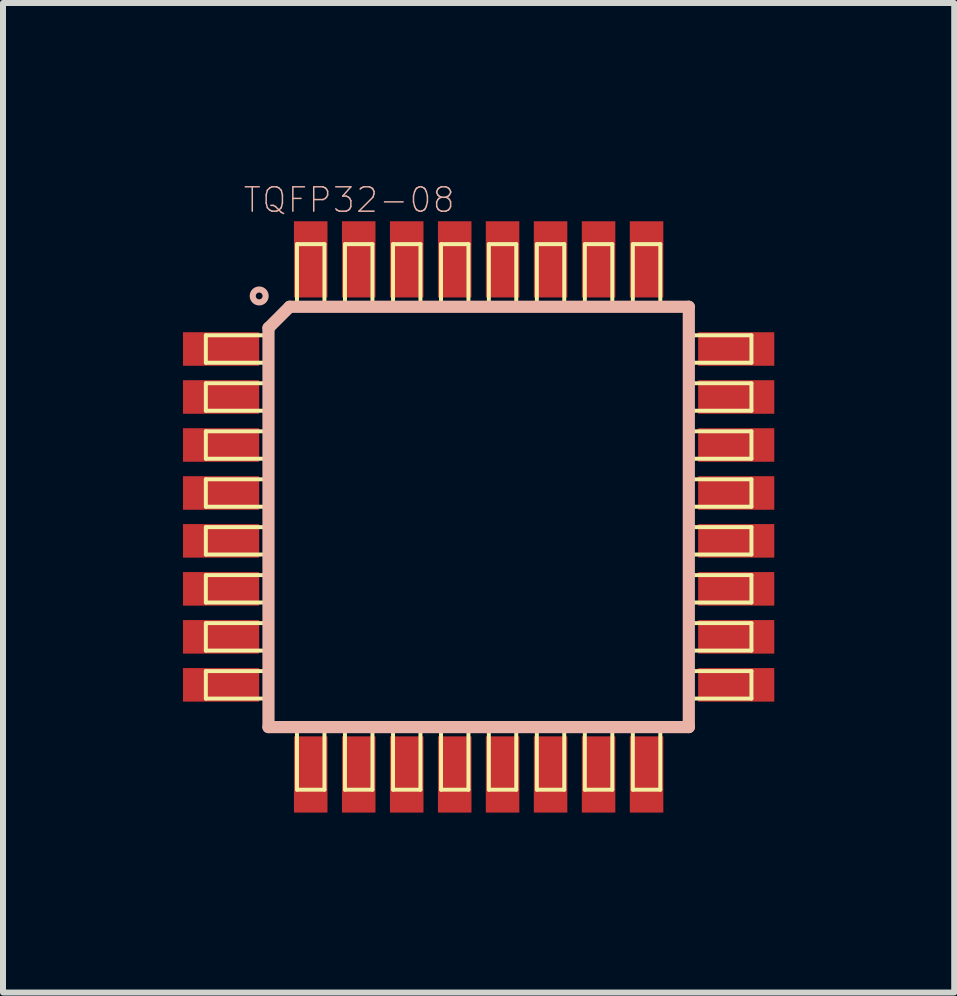
<source format=kicad_pcb>
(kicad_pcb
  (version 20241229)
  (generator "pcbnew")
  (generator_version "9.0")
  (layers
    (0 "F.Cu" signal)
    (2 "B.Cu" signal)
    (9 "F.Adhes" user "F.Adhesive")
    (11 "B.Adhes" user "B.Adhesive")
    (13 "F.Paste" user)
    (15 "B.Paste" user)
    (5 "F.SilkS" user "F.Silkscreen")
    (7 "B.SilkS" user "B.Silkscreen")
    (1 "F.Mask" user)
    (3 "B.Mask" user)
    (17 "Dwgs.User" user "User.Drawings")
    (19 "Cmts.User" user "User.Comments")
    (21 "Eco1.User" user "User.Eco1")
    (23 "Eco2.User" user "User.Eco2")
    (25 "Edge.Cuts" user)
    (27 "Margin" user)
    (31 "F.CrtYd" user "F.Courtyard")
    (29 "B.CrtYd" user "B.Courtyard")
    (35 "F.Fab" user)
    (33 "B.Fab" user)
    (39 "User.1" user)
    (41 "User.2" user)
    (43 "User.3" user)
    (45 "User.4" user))
  (footprint "TQFP32-08"
    (layer "F.Cu")
    (at 4.928 5.566)
    (property "Reference" "TQFP32-08" (at -2.159 -5.283 0) (layer "B.SilkS") (effects (font (size 0.406 0.406) (thickness 0.025))))
    (attr smd)
    (fp_line (start -4.547 -3.028) (end -3.556 -3.028) (stroke (width 0.066) (type solid)) (layer "F.SilkS"))
    (fp_line (start -4.547 -2.57) (end -4.547 -3.028) (stroke (width 0.066) (type solid)) (layer "F.SilkS"))
    (fp_line (start -4.547 -2.57) (end -3.556 -2.57) (stroke (width 0.066) (type solid)) (layer "F.SilkS"))
    (fp_line (start -4.547 -2.228) (end -3.556 -2.228) (stroke (width 0.066) (type solid)) (layer "F.SilkS"))
    (fp_line (start -4.547 -1.77) (end -4.547 -2.228) (stroke (width 0.066) (type solid)) (layer "F.SilkS"))
    (fp_line (start -4.547 -1.77) (end -3.556 -1.77) (stroke (width 0.066) (type solid)) (layer "F.SilkS"))
    (fp_line (start -4.547 -1.427) (end -3.556 -1.427) (stroke (width 0.066) (type solid)) (layer "F.SilkS"))
    (fp_line (start -4.547 -0.97) (end -4.547 -1.427) (stroke (width 0.066) (type solid)) (layer "F.SilkS"))
    (fp_line (start -4.547 -0.97) (end -3.556 -0.97) (stroke (width 0.066) (type solid)) (layer "F.SilkS"))
    (fp_line (start -4.547 -0.627) (end -3.556 -0.627) (stroke (width 0.066) (type solid)) (layer "F.SilkS"))
    (fp_line (start -4.547 -0.17) (end -4.547 -0.627) (stroke (width 0.066) (type solid)) (layer "F.SilkS"))
    (fp_line (start -4.547 -0.17) (end -3.556 -0.17) (stroke (width 0.066) (type solid)) (layer "F.SilkS"))
    (fp_line (start -4.547 0.17) (end -3.556 0.17) (stroke (width 0.066) (type solid)) (layer "F.SilkS"))
    (fp_line (start -4.547 0.627) (end -4.547 0.17) (stroke (width 0.066) (type solid)) (layer "F.SilkS"))
    (fp_line (start -4.547 0.627) (end -3.556 0.627) (stroke (width 0.066) (type solid)) (layer "F.SilkS"))
    (fp_line (start -4.547 0.97) (end -3.556 0.97) (stroke (width 0.066) (type solid)) (layer "F.SilkS"))
    (fp_line (start -4.547 1.427) (end -4.547 0.97) (stroke (width 0.066) (type solid)) (layer "F.SilkS"))
    (fp_line (start -4.547 1.427) (end -3.556 1.427) (stroke (width 0.066) (type solid)) (layer "F.SilkS"))
    (fp_line (start -4.547 1.77) (end -3.556 1.77) (stroke (width 0.066) (type solid)) (layer "F.SilkS"))
    (fp_line (start -4.547 2.228) (end -4.547 1.77) (stroke (width 0.066) (type solid)) (layer "F.SilkS"))
    (fp_line (start -4.547 2.228) (end -3.556 2.228) (stroke (width 0.066) (type solid)) (layer "F.SilkS"))
    (fp_line (start -4.547 2.57) (end -3.556 2.57) (stroke (width 0.066) (type solid)) (layer "F.SilkS"))
    (fp_line (start -4.547 3.028) (end -4.547 2.57) (stroke (width 0.066) (type solid)) (layer "F.SilkS"))
    (fp_line (start -4.547 3.028) (end -3.556 3.028) (stroke (width 0.066) (type solid)) (layer "F.SilkS"))
    (fp_line (start -3.556 -2.57) (end -3.556 -3.028) (stroke (width 0.066) (type solid)) (layer "F.SilkS"))
    (fp_line (start -3.556 -1.77) (end -3.556 -2.228) (stroke (width 0.066) (type solid)) (layer "F.SilkS"))
    (fp_line (start -3.556 -0.97) (end -3.556 -1.427) (stroke (width 0.066) (type solid)) (layer "F.SilkS"))
    (fp_line (start -3.556 -0.17) (end -3.556 -0.627) (stroke (width 0.066) (type solid)) (layer "F.SilkS"))
    (fp_line (start -3.556 0.627) (end -3.556 0.17) (stroke (width 0.066) (type solid)) (layer "F.SilkS"))
    (fp_line (start -3.556 1.427) (end -3.556 0.97) (stroke (width 0.066) (type solid)) (layer "F.SilkS"))
    (fp_line (start -3.556 2.228) (end -3.556 1.77) (stroke (width 0.066) (type solid)) (layer "F.SilkS"))
    (fp_line (start -3.556 3.028) (end -3.556 2.57) (stroke (width 0.066) (type solid)) (layer "F.SilkS"))
    (fp_line (start -3.028 -4.547) (end -2.57 -4.547) (stroke (width 0.066) (type solid)) (layer "F.SilkS"))
    (fp_line (start -3.028 -3.556) (end -3.028 -4.547) (stroke (width 0.066) (type solid)) (layer "F.SilkS"))
    (fp_line (start -3.028 -3.556) (end -2.57 -3.556) (stroke (width 0.066) (type solid)) (layer "F.SilkS"))
    (fp_line (start -3.028 3.556) (end -2.57 3.556) (stroke (width 0.066) (type solid)) (layer "F.SilkS"))
    (fp_line (start -3.028 4.547) (end -3.028 3.556) (stroke (width 0.066) (type solid)) (layer "F.SilkS"))
    (fp_line (start -3.028 4.547) (end -2.57 4.547) (stroke (width 0.066) (type solid)) (layer "F.SilkS"))
    (fp_line (start -2.57 -3.556) (end -2.57 -4.547) (stroke (width 0.066) (type solid)) (layer "F.SilkS"))
    (fp_line (start -2.57 4.547) (end -2.57 3.556) (stroke (width 0.066) (type solid)) (layer "F.SilkS"))
    (fp_line (start -2.228 -4.547) (end -1.77 -4.547) (stroke (width 0.066) (type solid)) (layer "F.SilkS"))
    (fp_line (start -2.228 -3.556) (end -2.228 -4.547) (stroke (width 0.066) (type solid)) (layer "F.SilkS"))
    (fp_line (start -2.228 -3.556) (end -1.77 -3.556) (stroke (width 0.066) (type solid)) (layer "F.SilkS"))
    (fp_line (start -2.228 3.556) (end -1.77 3.556) (stroke (width 0.066) (type solid)) (layer "F.SilkS"))
    (fp_line (start -2.228 4.547) (end -2.228 3.556) (stroke (width 0.066) (type solid)) (layer "F.SilkS"))
    (fp_line (start -2.228 4.547) (end -1.77 4.547) (stroke (width 0.066) (type solid)) (layer "F.SilkS"))
    (fp_line (start -1.77 -3.556) (end -1.77 -4.547) (stroke (width 0.066) (type solid)) (layer "F.SilkS"))
    (fp_line (start -1.77 4.547) (end -1.77 3.556) (stroke (width 0.066) (type solid)) (layer "F.SilkS"))
    (fp_line (start -1.427 -4.547) (end -0.97 -4.547) (stroke (width 0.066) (type solid)) (layer "F.SilkS"))
    (fp_line (start -1.427 -3.556) (end -1.427 -4.547) (stroke (width 0.066) (type solid)) (layer "F.SilkS"))
    (fp_line (start -1.427 -3.556) (end -0.97 -3.556) (stroke (width 0.066) (type solid)) (layer "F.SilkS"))
    (fp_line (start -1.427 3.556) (end -0.97 3.556) (stroke (width 0.066) (type solid)) (layer "F.SilkS"))
    (fp_line (start -1.427 4.547) (end -1.427 3.556) (stroke (width 0.066) (type solid)) (layer "F.SilkS"))
    (fp_line (start -1.427 4.547) (end -0.97 4.547) (stroke (width 0.066) (type solid)) (layer "F.SilkS"))
    (fp_line (start -0.97 -3.556) (end -0.97 -4.547) (stroke (width 0.066) (type solid)) (layer "F.SilkS"))
    (fp_line (start -0.97 4.547) (end -0.97 3.556) (stroke (width 0.066) (type solid)) (layer "F.SilkS"))
    (fp_line (start -0.627 -4.547) (end -0.17 -4.547) (stroke (width 0.066) (type solid)) (layer "F.SilkS"))
    (fp_line (start -0.627 -3.556) (end -0.627 -4.547) (stroke (width 0.066) (type solid)) (layer "F.SilkS"))
    (fp_line (start -0.627 -3.556) (end -0.17 -3.556) (stroke (width 0.066) (type solid)) (layer "F.SilkS"))
    (fp_line (start -0.627 3.556) (end -0.17 3.556) (stroke (width 0.066) (type solid)) (layer "F.SilkS"))
    (fp_line (start -0.627 4.547) (end -0.627 3.556) (stroke (width 0.066) (type solid)) (layer "F.SilkS"))
    (fp_line (start -0.627 4.547) (end -0.17 4.547) (stroke (width 0.066) (type solid)) (layer "F.SilkS"))
    (fp_line (start -0.17 -3.556) (end -0.17 -4.547) (stroke (width 0.066) (type solid)) (layer "F.SilkS"))
    (fp_line (start -0.17 4.547) (end -0.17 3.556) (stroke (width 0.066) (type solid)) (layer "F.SilkS"))
    (fp_line (start 0.17 -4.547) (end 0.627 -4.547) (stroke (width 0.066) (type solid)) (layer "F.SilkS"))
    (fp_line (start 0.17 -3.556) (end 0.17 -4.547) (stroke (width 0.066) (type solid)) (layer "F.SilkS"))
    (fp_line (start 0.17 -3.556) (end 0.627 -3.556) (stroke (width 0.066) (type solid)) (layer "F.SilkS"))
    (fp_line (start 0.17 3.556) (end 0.627 3.556) (stroke (width 0.066) (type solid)) (layer "F.SilkS"))
    (fp_line (start 0.17 4.547) (end 0.17 3.556) (stroke (width 0.066) (type solid)) (layer "F.SilkS"))
    (fp_line (start 0.17 4.547) (end 0.627 4.547) (stroke (width 0.066) (type solid)) (layer "F.SilkS"))
    (fp_line (start 0.627 -3.556) (end 0.627 -4.547) (stroke (width 0.066) (type solid)) (layer "F.SilkS"))
    (fp_line (start 0.627 4.547) (end 0.627 3.556) (stroke (width 0.066) (type solid)) (layer "F.SilkS"))
    (fp_line (start 0.97 -4.547) (end 1.427 -4.547) (stroke (width 0.066) (type solid)) (layer "F.SilkS"))
    (fp_line (start 0.97 -3.556) (end 0.97 -4.547) (stroke (width 0.066) (type solid)) (layer "F.SilkS"))
    (fp_line (start 0.97 -3.556) (end 1.427 -3.556) (stroke (width 0.066) (type solid)) (layer "F.SilkS"))
    (fp_line (start 0.97 3.556) (end 1.427 3.556) (stroke (width 0.066) (type solid)) (layer "F.SilkS"))
    (fp_line (start 0.97 4.547) (end 0.97 3.556) (stroke (width 0.066) (type solid)) (layer "F.SilkS"))
    (fp_line (start 0.97 4.547) (end 1.427 4.547) (stroke (width 0.066) (type solid)) (layer "F.SilkS"))
    (fp_line (start 1.427 -3.556) (end 1.427 -4.547) (stroke (width 0.066) (type solid)) (layer "F.SilkS"))
    (fp_line (start 1.427 4.547) (end 1.427 3.556) (stroke (width 0.066) (type solid)) (layer "F.SilkS"))
    (fp_line (start 1.77 -4.547) (end 2.228 -4.547) (stroke (width 0.066) (type solid)) (layer "F.SilkS"))
    (fp_line (start 1.77 -3.556) (end 1.77 -4.547) (stroke (width 0.066) (type solid)) (layer "F.SilkS"))
    (fp_line (start 1.77 -3.556) (end 2.228 -3.556) (stroke (width 0.066) (type solid)) (layer "F.SilkS"))
    (fp_line (start 1.77 3.556) (end 2.228 3.556) (stroke (width 0.066) (type solid)) (layer "F.SilkS"))
    (fp_line (start 1.77 4.547) (end 1.77 3.556) (stroke (width 0.066) (type solid)) (layer "F.SilkS"))
    (fp_line (start 1.77 4.547) (end 2.228 4.547) (stroke (width 0.066) (type solid)) (layer "F.SilkS"))
    (fp_line (start 2.228 -3.556) (end 2.228 -4.547) (stroke (width 0.066) (type solid)) (layer "F.SilkS"))
    (fp_line (start 2.228 4.547) (end 2.228 3.556) (stroke (width 0.066) (type solid)) (layer "F.SilkS"))
    (fp_line (start 2.57 -4.547) (end 3.028 -4.547) (stroke (width 0.066) (type solid)) (layer "F.SilkS"))
    (fp_line (start 2.57 -3.556) (end 2.57 -4.547) (stroke (width 0.066) (type solid)) (layer "F.SilkS"))
    (fp_line (start 2.57 -3.556) (end 3.028 -3.556) (stroke (width 0.066) (type solid)) (layer "F.SilkS"))
    (fp_line (start 2.57 3.556) (end 3.028 3.556) (stroke (width 0.066) (type solid)) (layer "F.SilkS"))
    (fp_line (start 2.57 4.547) (end 2.57 3.556) (stroke (width 0.066) (type solid)) (layer "F.SilkS"))
    (fp_line (start 2.57 4.547) (end 3.028 4.547) (stroke (width 0.066) (type solid)) (layer "F.SilkS"))
    (fp_line (start 3.028 -3.556) (end 3.028 -4.547) (stroke (width 0.066) (type solid)) (layer "F.SilkS"))
    (fp_line (start 3.028 4.547) (end 3.028 3.556) (stroke (width 0.066) (type solid)) (layer "F.SilkS"))
    (fp_line (start 3.556 -3.028) (end 4.547 -3.028) (stroke (width 0.066) (type solid)) (layer "F.SilkS"))
    (fp_line (start 3.556 -2.57) (end 3.556 -3.028) (stroke (width 0.066) (type solid)) (layer "F.SilkS"))
    (fp_line (start 3.556 -2.57) (end 4.547 -2.57) (stroke (width 0.066) (type solid)) (layer "F.SilkS"))
    (fp_line (start 3.556 -2.228) (end 4.547 -2.228) (stroke (width 0.066) (type solid)) (layer "F.SilkS"))
    (fp_line (start 3.556 -1.77) (end 3.556 -2.228) (stroke (width 0.066) (type solid)) (layer "F.SilkS"))
    (fp_line (start 3.556 -1.77) (end 4.547 -1.77) (stroke (width 0.066) (type solid)) (layer "F.SilkS"))
    (fp_line (start 3.556 -1.427) (end 4.547 -1.427) (stroke (width 0.066) (type solid)) (layer "F.SilkS"))
    (fp_line (start 3.556 -0.97) (end 3.556 -1.427) (stroke (width 0.066) (type solid)) (layer "F.SilkS"))
    (fp_line (start 3.556 -0.97) (end 4.547 -0.97) (stroke (width 0.066) (type solid)) (layer "F.SilkS"))
    (fp_line (start 3.556 -0.627) (end 4.547 -0.627) (stroke (width 0.066) (type solid)) (layer "F.SilkS"))
    (fp_line (start 3.556 -0.17) (end 3.556 -0.627) (stroke (width 0.066) (type solid)) (layer "F.SilkS"))
    (fp_line (start 3.556 -0.17) (end 4.547 -0.17) (stroke (width 0.066) (type solid)) (layer "F.SilkS"))
    (fp_line (start 3.556 0.17) (end 4.547 0.17) (stroke (width 0.066) (type solid)) (layer "F.SilkS"))
    (fp_line (start 3.556 0.627) (end 3.556 0.17) (stroke (width 0.066) (type solid)) (layer "F.SilkS"))
    (fp_line (start 3.556 0.627) (end 4.547 0.627) (stroke (width 0.066) (type solid)) (layer "F.SilkS"))
    (fp_line (start 3.556 0.97) (end 4.547 0.97) (stroke (width 0.066) (type solid)) (layer "F.SilkS"))
    (fp_line (start 3.556 1.427) (end 3.556 0.97) (stroke (width 0.066) (type solid)) (layer "F.SilkS"))
    (fp_line (start 3.556 1.427) (end 4.547 1.427) (stroke (width 0.066) (type solid)) (layer "F.SilkS"))
    (fp_line (start 3.556 1.77) (end 4.547 1.77) (stroke (width 0.066) (type solid)) (layer "F.SilkS"))
    (fp_line (start 3.556 2.228) (end 3.556 1.77) (stroke (width 0.066) (type solid)) (layer "F.SilkS"))
    (fp_line (start 3.556 2.228) (end 4.547 2.228) (stroke (width 0.066) (type solid)) (layer "F.SilkS"))
    (fp_line (start 3.556 2.57) (end 4.547 2.57) (stroke (width 0.066) (type solid)) (layer "F.SilkS"))
    (fp_line (start 3.556 3.028) (end 3.556 2.57) (stroke (width 0.066) (type solid)) (layer "F.SilkS"))
    (fp_line (start 3.556 3.028) (end 4.547 3.028) (stroke (width 0.066) (type solid)) (layer "F.SilkS"))
    (fp_line (start 4.547 -2.57) (end 4.547 -3.028) (stroke (width 0.066) (type solid)) (layer "F.SilkS"))
    (fp_line (start 4.547 -1.77) (end 4.547 -2.228) (stroke (width 0.066) (type solid)) (layer "F.SilkS"))
    (fp_line (start 4.547 -0.97) (end 4.547 -1.427) (stroke (width 0.066) (type solid)) (layer "F.SilkS"))
    (fp_line (start 4.547 -0.17) (end 4.547 -0.627) (stroke (width 0.066) (type solid)) (layer "F.SilkS"))
    (fp_line (start 4.547 0.627) (end 4.547 0.17) (stroke (width 0.066) (type solid)) (layer "F.SilkS"))
    (fp_line (start 4.547 1.427) (end 4.547 0.97) (stroke (width 0.066) (type solid)) (layer "F.SilkS"))
    (fp_line (start 4.547 2.228) (end 4.547 1.77) (stroke (width 0.066) (type solid)) (layer "F.SilkS"))
    (fp_line (start 4.547 3.028) (end 4.547 2.57) (stroke (width 0.066) (type solid)) (layer "F.SilkS"))
    (fp_line (start -3.503 3.503) (end -3.503 -3.15) (stroke (width 0.203) (type solid)) (layer "B.SilkS"))
    (fp_line (start -3.15 -3.503) (end -3.503 -3.15) (stroke (width 0.203) (type solid)) (layer "B.SilkS"))
    (fp_line (start -3.15 -3.503) (end 3.503 -3.503) (stroke (width 0.203) (type solid)) (layer "B.SilkS"))
    (fp_line (start 3.503 -3.503) (end 3.503 3.503) (stroke (width 0.203) (type solid)) (layer "B.SilkS"))
    (fp_line (start 3.503 3.503) (end -3.503 3.503) (stroke (width 0.203) (type solid)) (layer "B.SilkS"))
    (fp_circle (center -3.658 -3.683) (end -3.734 -3.759) (stroke (width 0.102) (type solid)) (fill no) (layer "B.SilkS"))
    (pad "1" smd rect (at -4.293 -2.799) (size 1.27 0.559) (layers "F.Cu" "F.Mask" "F.Paste"))
    (pad "2" smd rect (at -4.293 -1.999) (size 1.27 0.559) (layers "F.Cu" "F.Mask" "F.Paste"))
    (pad "3" smd rect (at -4.293 -1.199) (size 1.27 0.559) (layers "F.Cu" "F.Mask" "F.Paste"))
    (pad "4" smd rect (at -4.293 -0.399) (size 1.27 0.559) (layers "F.Cu" "F.Mask" "F.Paste"))
    (pad "5" smd rect (at -4.293 0.399) (size 1.27 0.559) (layers "F.Cu" "F.Mask" "F.Paste"))
    (pad "6" smd rect (at -4.293 1.199) (size 1.27 0.559) (layers "F.Cu" "F.Mask" "F.Paste"))
    (pad "7" smd rect (at -4.293 1.999) (size 1.27 0.559) (layers "F.Cu" "F.Mask" "F.Paste"))
    (pad "8" smd rect (at -4.293 2.799) (size 1.27 0.559) (layers "F.Cu" "F.Mask" "F.Paste"))
    (pad "9" smd rect (at -2.799 4.293) (size 0.559 1.27) (layers "F.Cu" "F.Mask" "F.Paste"))
    (pad "10" smd rect (at -1.999 4.293) (size 0.559 1.27) (layers "F.Cu" "F.Mask" "F.Paste"))
    (pad "11" smd rect (at -1.199 4.293) (size 0.559 1.27) (layers "F.Cu" "F.Mask" "F.Paste"))
    (pad "12" smd rect (at -0.399 4.293) (size 0.559 1.27) (layers "F.Cu" "F.Mask" "F.Paste"))
    (pad "13" smd rect (at 0.399 4.293) (size 0.559 1.27) (layers "F.Cu" "F.Mask" "F.Paste"))
    (pad "14" smd rect (at 1.199 4.293) (size 0.559 1.27) (layers "F.Cu" "F.Mask" "F.Paste"))
    (pad "15" smd rect (at 1.999 4.293) (size 0.559 1.27) (layers "F.Cu" "F.Mask" "F.Paste"))
    (pad "16" smd rect (at 2.799 4.293) (size 0.559 1.27) (layers "F.Cu" "F.Mask" "F.Paste"))
    (pad "17" smd rect (at 4.293 2.799) (size 1.27 0.559) (layers "F.Cu" "F.Mask" "F.Paste"))
    (pad "18" smd rect (at 4.293 1.999) (size 1.27 0.559) (layers "F.Cu" "F.Mask" "F.Paste"))
    (pad "19" smd rect (at 4.293 1.199) (size 1.27 0.559) (layers "F.Cu" "F.Mask" "F.Paste"))
    (pad "20" smd rect (at 4.293 0.399) (size 1.27 0.559) (layers "F.Cu" "F.Mask" "F.Paste"))
    (pad "21" smd rect (at 4.293 -0.399) (size 1.27 0.559) (layers "F.Cu" "F.Mask" "F.Paste"))
    (pad "22" smd rect (at 4.293 -1.199) (size 1.27 0.559) (layers "F.Cu" "F.Mask" "F.Paste"))
    (pad "23" smd rect (at 4.293 -1.999) (size 1.27 0.559) (layers "F.Cu" "F.Mask" "F.Paste"))
    (pad "24" smd rect (at 4.293 -2.799) (size 1.27 0.559) (layers "F.Cu" "F.Mask" "F.Paste"))
    (pad "25" smd rect (at 2.799 -4.293) (size 0.559 1.27) (layers "F.Cu" "F.Mask" "F.Paste"))
    (pad "26" smd rect (at 1.999 -4.293) (size 0.559 1.27) (layers "F.Cu" "F.Mask" "F.Paste"))
    (pad "27" smd rect (at 1.199 -4.293) (size 0.559 1.27) (layers "F.Cu" "F.Mask" "F.Paste"))
    (pad "28" smd rect (at 0.399 -4.293) (size 0.559 1.27) (layers "F.Cu" "F.Mask" "F.Paste"))
    (pad "29" smd rect (at -0.399 -4.293) (size 0.559 1.27) (layers "F.Cu" "F.Mask" "F.Paste"))
    (pad "30" smd rect (at -1.199 -4.293) (size 0.559 1.27) (layers "F.Cu" "F.Mask" "F.Paste"))
    (pad "31" smd rect (at -1.999 -4.293) (size 0.559 1.27) (layers "F.Cu" "F.Mask" "F.Paste"))
    (pad "32" smd rect (at -2.799 -4.293) (size 0.559 1.27) (layers "F.Cu" "F.Mask" "F.Paste")))
  (gr_rect
    (start -3 -3)
    (end 12.855 13.493)
    (stroke (width 0.1) (type default))
    (fill no)
    (layer "Edge.Cuts")))
</source>
